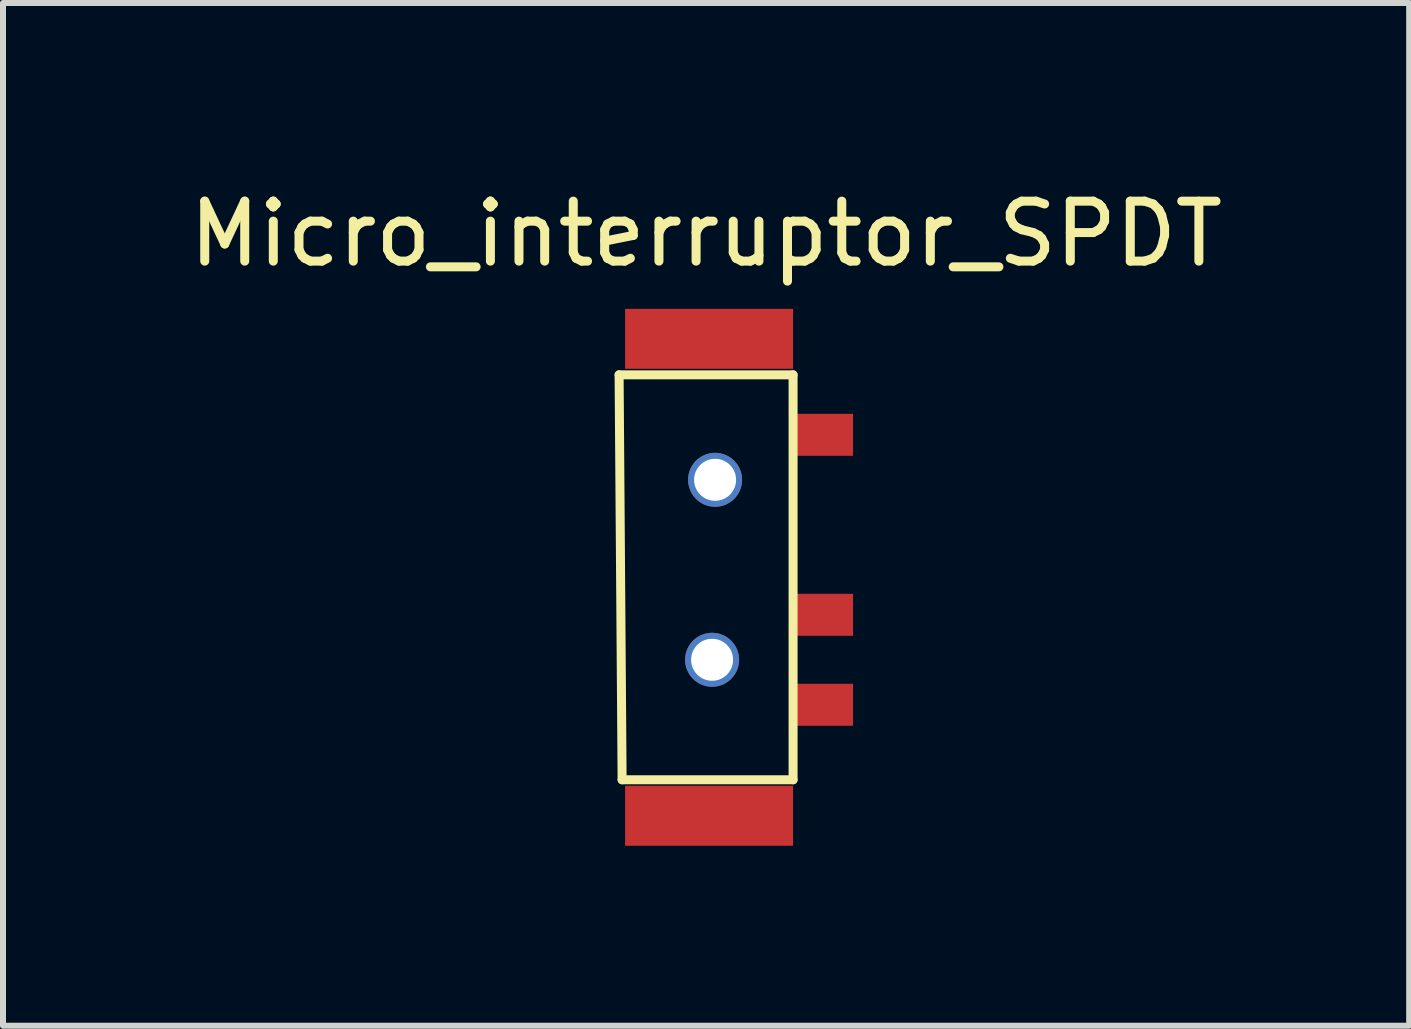
<source format=kicad_pcb>
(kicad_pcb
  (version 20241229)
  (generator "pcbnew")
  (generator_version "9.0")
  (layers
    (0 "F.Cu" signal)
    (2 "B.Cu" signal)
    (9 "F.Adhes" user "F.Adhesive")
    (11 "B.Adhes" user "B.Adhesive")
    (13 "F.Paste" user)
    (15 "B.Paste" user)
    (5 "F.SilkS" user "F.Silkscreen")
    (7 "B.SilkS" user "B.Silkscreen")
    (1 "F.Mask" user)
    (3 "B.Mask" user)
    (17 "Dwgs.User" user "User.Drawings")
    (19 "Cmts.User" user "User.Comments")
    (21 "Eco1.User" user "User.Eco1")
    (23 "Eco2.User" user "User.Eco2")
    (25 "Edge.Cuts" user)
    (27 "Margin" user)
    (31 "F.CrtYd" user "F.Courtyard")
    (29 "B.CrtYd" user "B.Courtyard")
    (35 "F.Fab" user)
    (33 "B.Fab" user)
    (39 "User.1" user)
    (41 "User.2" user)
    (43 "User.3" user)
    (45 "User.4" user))
  (footprint "Micro_interruptor_SPDT"
    (layer "F.Cu")
    (at 7.47 2.698)
    (property "Reference" "Micro_interruptor_SPDT" (at 1.25 -1.85 0) (layer "F.SilkS") (effects (font (size 1 1) (thickness 0.15))))
    (attr through_hole)
    (fp_line (start -0.2 0.5) (end 2.7 0.5) (stroke (width 0.15) (type solid)) (layer "F.SilkS"))
    (fp_line (start -0.15 7.25) (end -0.2 0.5) (stroke (width 0.15) (type solid)) (layer "F.SilkS"))
    (fp_line (start 2.7 0.5) (end 2.7 7.25) (stroke (width 0.15) (type solid)) (layer "F.SilkS"))
    (fp_line (start 2.7 7.25) (end -0.15 7.25) (stroke (width 0.15) (type solid)) (layer "F.SilkS"))
    (pad "" np_thru_hole circle (at 1.35 5.25) (size 0.9 0.9) (drill 0.7) (layers "*.Cu" "*.Mask"))
    (pad "" np_thru_hole circle (at 1.4 2.25) (size 0.9 0.9) (drill 0.7) (layers "*.Cu" "*.Mask"))
    (pad "1" smd rect (at 3.2 1.5 90) (size 0.7 1) (layers "F.Cu" "F.Mask" "F.Paste"))
    (pad "2" smd rect (at 3.2 6 90) (size 0.7 1) (layers "F.Cu" "F.Mask" "F.Paste"))
    (pad "3" smd rect (at 3.2 4.5 90) (size 0.7 1) (layers "F.Cu" "F.Mask" "F.Paste"))
    (pad "NC" smd rect (at 1.3 -0.1) (size 2.8 1) (layers "F.Cu" "F.Mask" "F.Paste"))
    (pad "NC" smd rect (at 1.3 7.85) (size 2.8 1) (layers "F.Cu" "F.Mask" "F.Paste")))
  (gr_rect
    (start -3 -3)
    (end 20.44 14.048)
    (stroke (width 0.1) (type default))
    (fill no)
    (layer "Edge.Cuts")))
</source>
